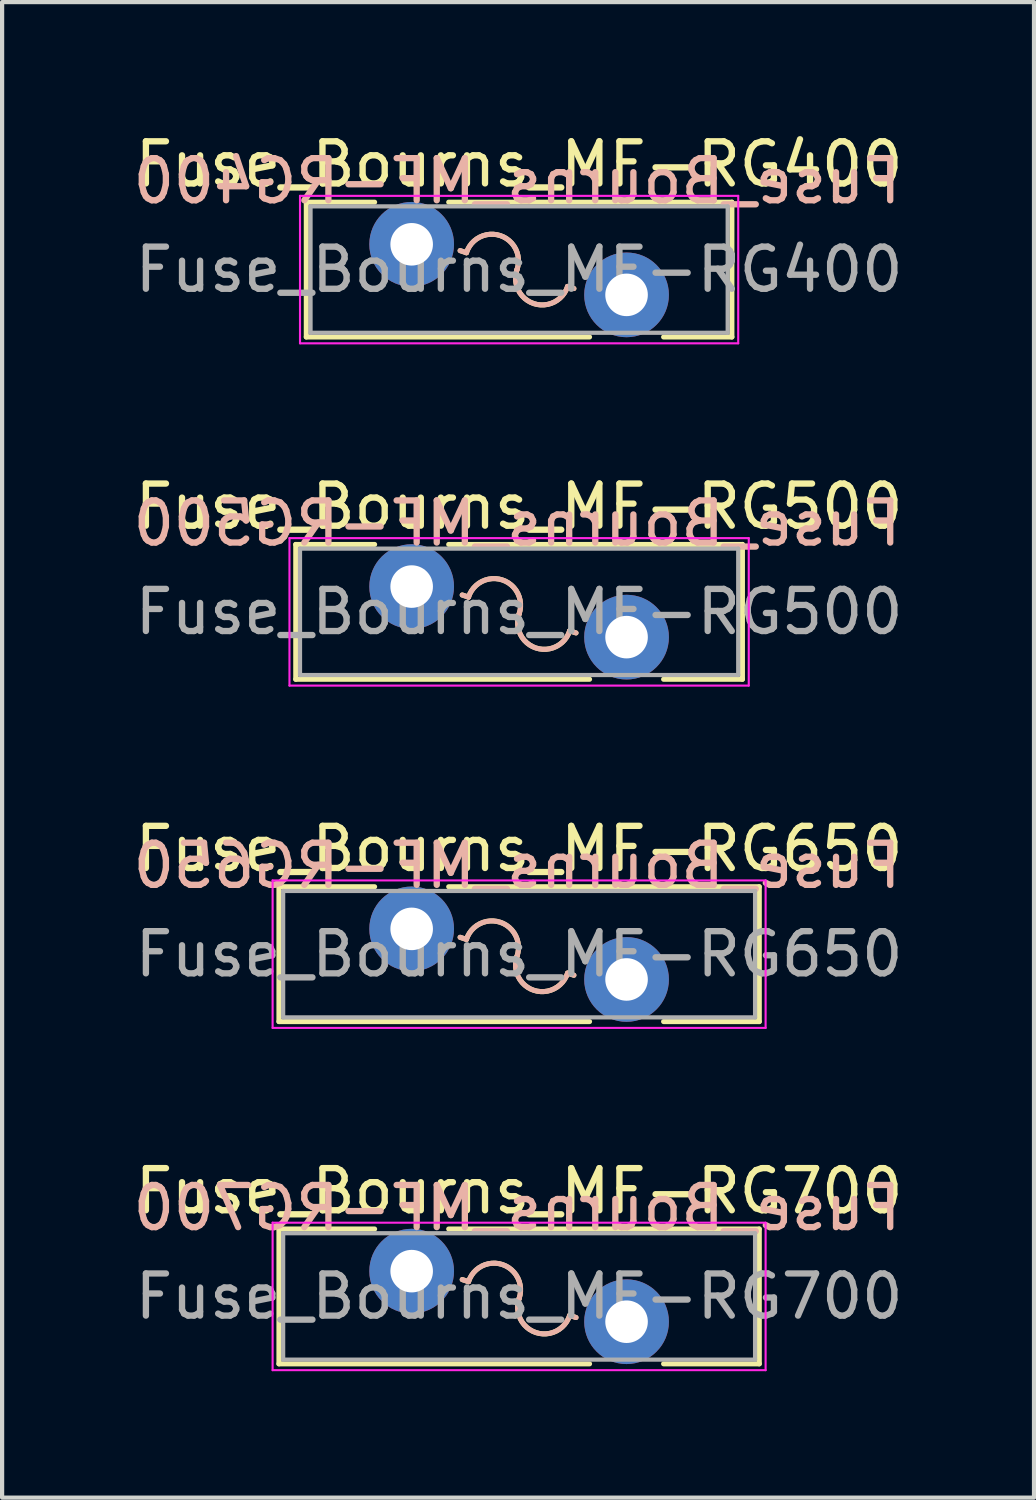
<source format=kicad_pcb>
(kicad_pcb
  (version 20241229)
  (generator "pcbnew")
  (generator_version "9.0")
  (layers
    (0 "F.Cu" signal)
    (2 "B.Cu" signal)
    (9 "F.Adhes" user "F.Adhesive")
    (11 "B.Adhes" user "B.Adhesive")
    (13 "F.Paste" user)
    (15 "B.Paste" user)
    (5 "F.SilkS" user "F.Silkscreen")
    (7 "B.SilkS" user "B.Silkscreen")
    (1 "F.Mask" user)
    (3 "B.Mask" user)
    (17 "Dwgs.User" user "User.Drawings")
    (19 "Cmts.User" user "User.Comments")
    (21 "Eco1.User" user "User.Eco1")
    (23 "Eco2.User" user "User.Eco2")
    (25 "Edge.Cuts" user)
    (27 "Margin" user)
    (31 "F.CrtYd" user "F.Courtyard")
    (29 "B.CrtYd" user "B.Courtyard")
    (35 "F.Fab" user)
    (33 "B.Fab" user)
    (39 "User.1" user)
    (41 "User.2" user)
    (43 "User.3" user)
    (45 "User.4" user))
  (footprint "Fuse_Bourns_MF-RG400"
    (layer "F.Cu")
    (at 6.72 2.748)
    (property "Reference" "Fuse_Bourns_MF-RG400" (at 2.55 -1.9 0) (layer "F.SilkS") (effects (font (size 1 1) (thickness 0.15))))
    (fp_line (start -2.501 -1) (end -2.501 2.2) (stroke (width 0.12) (type solid)) (layer "F.SilkS"))
    (fp_line (start -2.501 -1) (end -0.879 -1) (stroke (width 0.12) (type solid)) (layer "F.SilkS"))
    (fp_line (start -2.501 2.2) (end 4.222 2.2) (stroke (width 0.12) (type solid)) (layer "F.SilkS"))
    (fp_line (start 0.879 -1) (end 7.6 -1) (stroke (width 0.12) (type solid)) (layer "F.SilkS"))
    (fp_line (start 1.15 0.15) (end 1.3 0.2) (stroke (width 0.12) (type solid)) (layer "F.SilkS"))
    (fp_line (start 3.7 1) (end 3.85 1.05) (stroke (width 0.12) (type solid)) (layer "F.SilkS"))
    (fp_line (start 5.979 2.2) (end 7.6 2.2) (stroke (width 0.12) (type solid)) (layer "F.SilkS"))
    (fp_line (start 7.6 -1) (end 7.6 2.2) (stroke (width 0.12) (type solid)) (layer "F.SilkS"))
    (fp_arc (start 1.300003 0.200002) (mid 2.100001 -0.199998) (end 2.500001 0.6) (stroke (width 0.12) (type solid)) (layer "F.SilkS"))
    (fp_arc (start 3.699999 0.999998) (mid 2.900001 1.399998) (end 2.500001 0.6) (stroke (width 0.12) (type solid)) (layer "F.SilkS"))
    (fp_line (start 1.15 0.15) (end 1.3 0.2) (stroke (width 0.12) (type solid)) (layer "B.SilkS"))
    (fp_line (start 3.7 1) (end 3.85 1.05) (stroke (width 0.12) (type solid)) (layer "B.SilkS"))
    (fp_arc (start 1.300003 0.200002) (mid 2.100001 -0.199998) (end 2.500001 0.6) (stroke (width 0.12) (type solid)) (layer "B.SilkS"))
    (fp_arc (start 3.699999 0.999998) (mid 2.900001 1.399998) (end 2.500001 0.6) (stroke (width 0.12) (type solid)) (layer "B.SilkS"))
    (fp_line (start -2.65 -1.15) (end -2.65 2.35) (stroke (width 0.05) (type solid)) (layer "F.CrtYd"))
    (fp_line (start -2.65 2.35) (end 7.75 2.35) (stroke (width 0.05) (type solid)) (layer "F.CrtYd"))
    (fp_line (start 7.75 -1.15) (end -2.65 -1.15) (stroke (width 0.05) (type solid)) (layer "F.CrtYd"))
    (fp_line (start 7.75 2.35) (end 7.75 -1.15) (stroke (width 0.05) (type solid)) (layer "F.CrtYd"))
    (fp_line (start -2.4 -0.9) (end -2.4 2.1) (stroke (width 0.1) (type solid)) (layer "F.Fab"))
    (fp_line (start -2.4 2.1) (end 7.5 2.1) (stroke (width 0.1) (type solid)) (layer "F.Fab"))
    (fp_line (start 7.5 -0.9) (end -2.4 -0.9) (stroke (width 0.1) (type solid)) (layer "F.Fab"))
    (fp_line (start 7.5 2.1) (end 7.5 -0.9) (stroke (width 0.1) (type solid)) (layer "F.Fab"))
    (fp_text user "${REFERENCE}" (at 2.5 -1.5 0) (layer "B.SilkS") (effects (font (size 1 1) (thickness 0.15)) (justify mirror)))
    (fp_text user "${REFERENCE}" (at 2.55 0.6 0) (layer "F.Fab") (effects (font (size 1 1) (thickness 0.15))))
    (pad "1" thru_hole circle (at 0 0) (size 2.01 2.01) (drill 1.01) (layers "*.Cu" "*.Mask"))
    (pad "2" thru_hole circle (at 5.1 1.2) (size 2.01 2.01) (drill 1.01) (layers "*.Cu" "*.Mask")))
  (footprint "Fuse_Bourns_MF-RG700"
    (layer "F.Cu")
    (at 6.72 27.118)
    (property "Reference" "Fuse_Bourns_MF-RG700" (at 2.55 -1.9 0) (layer "F.SilkS") (effects (font (size 1 1) (thickness 0.15))))
    (fp_line (start -3.15 -1) (end -3.15 2.2) (stroke (width 0.12) (type solid)) (layer "F.SilkS"))
    (fp_line (start -3.15 -1) (end -0.879 -1) (stroke (width 0.12) (type solid)) (layer "F.SilkS"))
    (fp_line (start -3.15 2.2) (end 4.222 2.2) (stroke (width 0.12) (type solid)) (layer "F.SilkS"))
    (fp_line (start 0.879 -1) (end 8.25 -1) (stroke (width 0.12) (type solid)) (layer "F.SilkS"))
    (fp_line (start 1.2 0.2) (end 1.35 0.25) (stroke (width 0.12) (type solid)) (layer "F.SilkS"))
    (fp_line (start 3.75 1.05) (end 3.9 1.1) (stroke (width 0.12) (type solid)) (layer "F.SilkS"))
    (fp_line (start 5.979 2.2) (end 8.25 2.2) (stroke (width 0.12) (type solid)) (layer "F.SilkS"))
    (fp_line (start 8.25 -1) (end 8.25 2.2) (stroke (width 0.12) (type solid)) (layer "F.SilkS"))
    (fp_arc (start 1.350003 0.250002) (mid 2.150001 -0.149998) (end 2.550001 0.65) (stroke (width 0.12) (type solid)) (layer "F.SilkS"))
    (fp_arc (start 3.749999 1.049998) (mid 2.950001 1.449998) (end 2.550001 0.65) (stroke (width 0.12) (type solid)) (layer "F.SilkS"))
    (fp_line (start 1.2 0.2) (end 1.35 0.25) (stroke (width 0.12) (type solid)) (layer "B.SilkS"))
    (fp_line (start 3.75 1.05) (end 3.9 1.1) (stroke (width 0.12) (type solid)) (layer "B.SilkS"))
    (fp_arc (start 1.350003 0.250002) (mid 2.150001 -0.149998) (end 2.550001 0.65) (stroke (width 0.12) (type solid)) (layer "B.SilkS"))
    (fp_arc (start 3.749999 1.049998) (mid 2.950001 1.449998) (end 2.550001 0.65) (stroke (width 0.12) (type solid)) (layer "B.SilkS"))
    (fp_line (start -3.3 -1.15) (end -3.3 2.35) (stroke (width 0.05) (type solid)) (layer "F.CrtYd"))
    (fp_line (start -3.3 2.35) (end 8.4 2.35) (stroke (width 0.05) (type solid)) (layer "F.CrtYd"))
    (fp_line (start 8.4 -1.15) (end -3.3 -1.15) (stroke (width 0.05) (type solid)) (layer "F.CrtYd"))
    (fp_line (start 8.4 2.35) (end 8.4 -1.15) (stroke (width 0.05) (type solid)) (layer "F.CrtYd"))
    (fp_line (start -3.05 -0.9) (end -3.05 2.1) (stroke (width 0.1) (type solid)) (layer "F.Fab"))
    (fp_line (start -3.05 2.1) (end 8.15 2.1) (stroke (width 0.1) (type solid)) (layer "F.Fab"))
    (fp_line (start 8.15 -0.9) (end -3.05 -0.9) (stroke (width 0.1) (type solid)) (layer "F.Fab"))
    (fp_line (start 8.15 2.1) (end 8.15 -0.9) (stroke (width 0.1) (type solid)) (layer "F.Fab"))
    (fp_text user "${REFERENCE}" (at 2.5 -1.5 0) (layer "B.SilkS") (effects (font (size 1 1) (thickness 0.15)) (justify mirror)))
    (fp_text user "${REFERENCE}" (at 2.55 0.6 0) (layer "F.Fab") (effects (font (size 1 1) (thickness 0.15))))
    (pad "1" thru_hole circle (at 0 0) (size 2.01 2.01) (drill 1.01) (layers "*.Cu" "*.Mask"))
    (pad "2" thru_hole circle (at 5.1 1.2) (size 2.01 2.01) (drill 1.01) (layers "*.Cu" "*.Mask")))
  (footprint "Fuse_Bourns_MF-RG500"
    (layer "F.Cu")
    (at 6.72 10.871)
    (property "Reference" "Fuse_Bourns_MF-RG500" (at 2.55 -1.9 0) (layer "F.SilkS") (effects (font (size 1 1) (thickness 0.15))))
    (fp_line (start -2.751 -1) (end -2.751 2.2) (stroke (width 0.12) (type solid)) (layer "F.SilkS"))
    (fp_line (start -2.751 -1) (end -0.879 -1) (stroke (width 0.12) (type solid)) (layer "F.SilkS"))
    (fp_line (start -2.751 2.2) (end 4.222 2.2) (stroke (width 0.12) (type solid)) (layer "F.SilkS"))
    (fp_line (start 0.879 -1) (end 7.85 -1) (stroke (width 0.12) (type solid)) (layer "F.SilkS"))
    (fp_line (start 1.2 0.2) (end 1.35 0.25) (stroke (width 0.12) (type solid)) (layer "F.SilkS"))
    (fp_line (start 3.75 1.05) (end 3.9 1.1) (stroke (width 0.12) (type solid)) (layer "F.SilkS"))
    (fp_line (start 5.979 2.2) (end 7.85 2.2) (stroke (width 0.12) (type solid)) (layer "F.SilkS"))
    (fp_line (start 7.85 -1) (end 7.85 2.2) (stroke (width 0.12) (type solid)) (layer "F.SilkS"))
    (fp_arc (start 1.350003 0.250002) (mid 2.150001 -0.149998) (end 2.550001 0.65) (stroke (width 0.12) (type solid)) (layer "F.SilkS"))
    (fp_arc (start 3.749999 1.049998) (mid 2.950001 1.449998) (end 2.550001 0.65) (stroke (width 0.12) (type solid)) (layer "F.SilkS"))
    (fp_line (start 1.2 0.2) (end 1.35 0.25) (stroke (width 0.12) (type solid)) (layer "B.SilkS"))
    (fp_line (start 3.75 1.05) (end 3.9 1.1) (stroke (width 0.12) (type solid)) (layer "B.SilkS"))
    (fp_arc (start 1.350003 0.250002) (mid 2.150001 -0.149998) (end 2.550001 0.65) (stroke (width 0.12) (type solid)) (layer "B.SilkS"))
    (fp_arc (start 3.749999 1.049998) (mid 2.950001 1.449998) (end 2.550001 0.65) (stroke (width 0.12) (type solid)) (layer "B.SilkS"))
    (fp_line (start -2.9 -1.15) (end -2.9 2.35) (stroke (width 0.05) (type solid)) (layer "F.CrtYd"))
    (fp_line (start -2.9 2.35) (end 8 2.35) (stroke (width 0.05) (type solid)) (layer "F.CrtYd"))
    (fp_line (start 8 -1.15) (end -2.9 -1.15) (stroke (width 0.05) (type solid)) (layer "F.CrtYd"))
    (fp_line (start 8 2.35) (end 8 -1.15) (stroke (width 0.05) (type solid)) (layer "F.CrtYd"))
    (fp_line (start -2.65 -0.9) (end -2.65 2.1) (stroke (width 0.1) (type solid)) (layer "F.Fab"))
    (fp_line (start -2.65 2.1) (end 7.75 2.1) (stroke (width 0.1) (type solid)) (layer "F.Fab"))
    (fp_line (start 7.75 -0.9) (end -2.65 -0.9) (stroke (width 0.1) (type solid)) (layer "F.Fab"))
    (fp_line (start 7.75 2.1) (end 7.75 -0.9) (stroke (width 0.1) (type solid)) (layer "F.Fab"))
    (fp_text user "${REFERENCE}" (at 2.5 -1.5 0) (layer "B.SilkS") (effects (font (size 1 1) (thickness 0.15)) (justify mirror)))
    (fp_text user "${REFERENCE}" (at 2.55 0.6 0) (layer "F.Fab") (effects (font (size 1 1) (thickness 0.15))))
    (pad "1" thru_hole circle (at 0 0) (size 2.01 2.01) (drill 1.01) (layers "*.Cu" "*.Mask"))
    (pad "2" thru_hole circle (at 5.1 1.2) (size 2.01 2.01) (drill 1.01) (layers "*.Cu" "*.Mask")))
  (footprint "Fuse_Bourns_MF-RG650"
    (layer "F.Cu")
    (at 6.72 18.995)
    (property "Reference" "Fuse_Bourns_MF-RG650" (at 2.55 -1.9 0) (layer "F.SilkS") (effects (font (size 1 1) (thickness 0.15))))
    (fp_line (start -3.15 -1) (end -3.15 2.2) (stroke (width 0.12) (type solid)) (layer "F.SilkS"))
    (fp_line (start -3.15 -1) (end -0.879 -1) (stroke (width 0.12) (type solid)) (layer "F.SilkS"))
    (fp_line (start -3.15 2.2) (end 4.222 2.2) (stroke (width 0.12) (type solid)) (layer "F.SilkS"))
    (fp_line (start 0.879 -1) (end 8.25 -1) (stroke (width 0.12) (type solid)) (layer "F.SilkS"))
    (fp_line (start 1.15 0.2) (end 1.3 0.25) (stroke (width 0.12) (type solid)) (layer "F.SilkS"))
    (fp_line (start 3.7 1.05) (end 3.85 1.1) (stroke (width 0.12) (type solid)) (layer "F.SilkS"))
    (fp_line (start 5.979 2.2) (end 8.25 2.2) (stroke (width 0.12) (type solid)) (layer "F.SilkS"))
    (fp_line (start 8.25 -1) (end 8.25 2.2) (stroke (width 0.12) (type solid)) (layer "F.SilkS"))
    (fp_arc (start 1.300003 0.250002) (mid 2.100001 -0.149998) (end 2.500001 0.65) (stroke (width 0.12) (type solid)) (layer "F.SilkS"))
    (fp_arc (start 3.699999 1.049998) (mid 2.900001 1.449998) (end 2.500001 0.65) (stroke (width 0.12) (type solid)) (layer "F.SilkS"))
    (fp_line (start 1.15 0.2) (end 1.3 0.25) (stroke (width 0.12) (type solid)) (layer "B.SilkS"))
    (fp_line (start 3.7 1.05) (end 3.85 1.1) (stroke (width 0.12) (type solid)) (layer "B.SilkS"))
    (fp_arc (start 1.300003 0.250002) (mid 2.100001 -0.149998) (end 2.500001 0.65) (stroke (width 0.12) (type solid)) (layer "B.SilkS"))
    (fp_arc (start 3.699999 1.049998) (mid 2.900001 1.449998) (end 2.500001 0.65) (stroke (width 0.12) (type solid)) (layer "B.SilkS"))
    (fp_line (start -3.3 -1.15) (end -3.3 2.35) (stroke (width 0.05) (type solid)) (layer "F.CrtYd"))
    (fp_line (start -3.3 2.35) (end 8.4 2.35) (stroke (width 0.05) (type solid)) (layer "F.CrtYd"))
    (fp_line (start 8.4 -1.15) (end -3.3 -1.15) (stroke (width 0.05) (type solid)) (layer "F.CrtYd"))
    (fp_line (start 8.4 2.35) (end 8.4 -1.15) (stroke (width 0.05) (type solid)) (layer "F.CrtYd"))
    (fp_line (start -3.05 -0.9) (end -3.05 2.1) (stroke (width 0.1) (type solid)) (layer "F.Fab"))
    (fp_line (start -3.05 2.1) (end 8.15 2.1) (stroke (width 0.1) (type solid)) (layer "F.Fab"))
    (fp_line (start 8.15 -0.9) (end -3.05 -0.9) (stroke (width 0.1) (type solid)) (layer "F.Fab"))
    (fp_line (start 8.15 2.1) (end 8.15 -0.9) (stroke (width 0.1) (type solid)) (layer "F.Fab"))
    (fp_text user "${REFERENCE}" (at 2.5 -1.5 0) (layer "B.SilkS") (effects (font (size 1 1) (thickness 0.15)) (justify mirror)))
    (fp_text user "${REFERENCE}" (at 2.55 0.6 0) (layer "F.Fab") (effects (font (size 1 1) (thickness 0.15))))
    (pad "1" thru_hole circle (at 0 0) (size 2.01 2.01) (drill 1.01) (layers "*.Cu" "*.Mask"))
    (pad "2" thru_hole circle (at 5.1 1.2) (size 2.01 2.01) (drill 1.01) (layers "*.Cu" "*.Mask")))
  (gr_rect
    (start -3 -3)
    (end 21.49 32.493)
    (stroke (width 0.1) (type default))
    (fill no)
    (layer "Edge.Cuts")))
</source>
